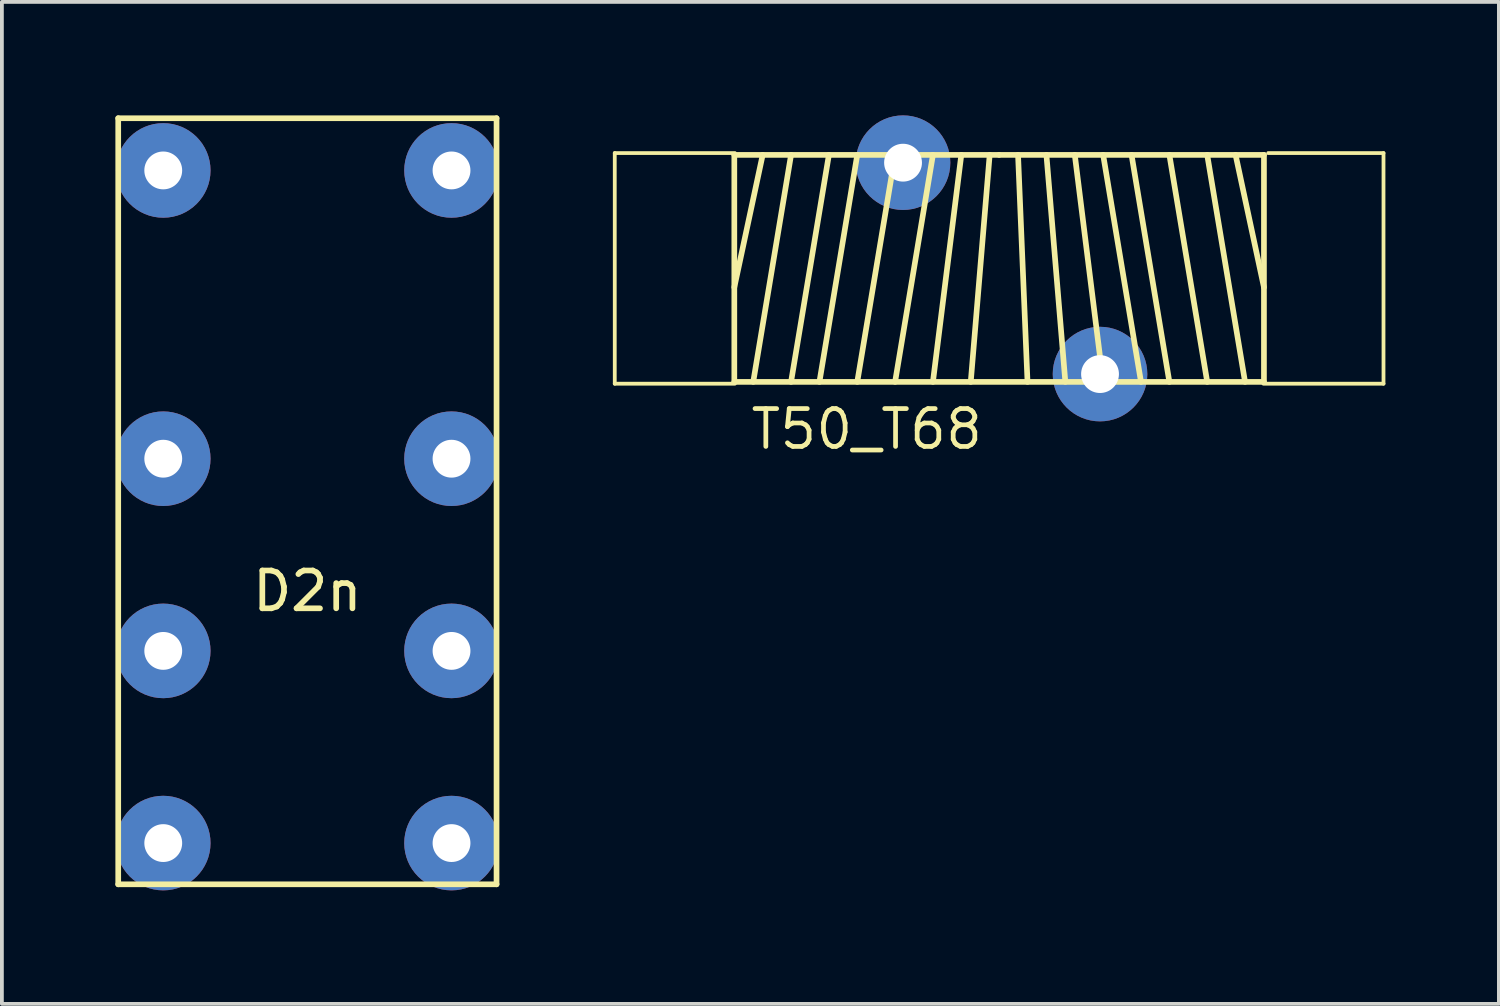
<source format=kicad_pcb>
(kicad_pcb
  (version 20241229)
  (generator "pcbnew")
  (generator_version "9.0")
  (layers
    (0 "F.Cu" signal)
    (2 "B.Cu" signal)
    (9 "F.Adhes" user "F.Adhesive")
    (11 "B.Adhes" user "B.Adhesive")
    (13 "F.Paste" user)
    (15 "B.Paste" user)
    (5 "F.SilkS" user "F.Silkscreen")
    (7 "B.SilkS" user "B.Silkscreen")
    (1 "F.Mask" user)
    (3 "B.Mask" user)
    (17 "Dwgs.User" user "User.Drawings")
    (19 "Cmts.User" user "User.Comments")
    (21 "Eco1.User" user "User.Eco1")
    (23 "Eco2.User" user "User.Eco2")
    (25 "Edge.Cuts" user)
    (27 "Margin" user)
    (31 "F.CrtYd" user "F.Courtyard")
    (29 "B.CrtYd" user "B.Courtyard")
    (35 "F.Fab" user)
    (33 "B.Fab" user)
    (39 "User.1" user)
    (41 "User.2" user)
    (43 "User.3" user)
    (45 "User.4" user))
  (footprint "D2n"
    (layer "F.Cu")
    (at 5.075 9.075)
    (property "Reference" "D2n" (at 0 3.5 0) (layer "F.SilkS") (effects (font (size 1 1) (thickness 0.15))))
    (attr smd)
    (fp_line (start -5 -9) (end 5 -9) (stroke (width 0.15) (type solid)) (layer "F.SilkS"))
    (fp_line (start -5 11.25) (end -5 -9) (stroke (width 0.15) (type solid)) (layer "F.SilkS"))
    (fp_line (start -5 11.25) (end 5 11.25) (stroke (width 0.15) (type solid)) (layer "F.SilkS"))
    (fp_line (start 5 11.25) (end 5 -9) (stroke (width 0.15) (type solid)) (layer "F.SilkS"))
    (pad "1" thru_hole circle (at -3.81 -7.62) (size 2.5 2.5) (drill 1) (layers "*.Cu" "*.Mask"))
    (pad "4" thru_hole circle (at -3.81 0) (size 2.5 2.5) (drill 1) (layers "*.Cu" "*.Mask"))
    (pad "6" thru_hole circle (at -3.81 5.08) (size 2.5 2.5) (drill 1) (layers "*.Cu" "*.Mask"))
    (pad "8" thru_hole circle (at -3.81 10.16) (size 2.5 2.5) (drill 1) (layers "*.Cu" "*.Mask"))
    (pad "9" thru_hole circle (at 3.81 10.16) (size 2.5 2.5) (drill 1) (layers "*.Cu" "*.Mask"))
    (pad "11" thru_hole circle (at 3.81 5.08) (size 2.5 2.5) (drill 1) (layers "*.Cu" "*.Mask"))
    (pad "13" thru_hole circle (at 3.81 0) (size 2.5 2.5) (drill 1) (layers "*.Cu" "*.Mask"))
    (pad "16" thru_hole circle (at 3.81 -7.62) (size 2.5 2.5) (drill 1) (layers "*.Cu" "*.Mask")))
  (footprint "T50_T68"
    (layer "F.Cu")
    (at 23.36 4.044)
    (property "Reference" "T50_T68" (at -3.5 4.25 0) (layer "F.SilkS") (effects (font (size 1 1) (thickness 0.125))))
    (attr through_hole)
    (fp_line (start -10.16 -3.048) (end -10.16 3.048) (stroke (width 0.1) (type solid)) (layer "F.SilkS"))
    (fp_line (start -10.16 -3.048) (end -6.985 -3.048) (stroke (width 0.1) (type solid)) (layer "F.SilkS"))
    (fp_line (start -10.16 3.048) (end -6.985 3.048) (stroke (width 0.1) (type solid)) (layer "F.SilkS"))
    (fp_line (start -7 -3) (end 0 -3) (stroke (width 0.15) (type solid)) (layer "F.SilkS"))
    (fp_line (start -7 3) (end -7 -3) (stroke (width 0.15) (type solid)) (layer "F.SilkS"))
    (fp_line (start -6.25 -3) (end -7 0.5) (stroke (width 0.15) (type solid)) (layer "F.SilkS"))
    (fp_line (start -5.5 -3) (end -6.5 3) (stroke (width 0.15) (type solid)) (layer "F.SilkS"))
    (fp_line (start -4.5 -3) (end -5.5 3) (stroke (width 0.15) (type solid)) (layer "F.SilkS"))
    (fp_line (start -3.75 -3) (end -4.75 3) (stroke (width 0.15) (type solid)) (layer "F.SilkS"))
    (fp_line (start -2.75 -3) (end -3.75 3) (stroke (width 0.15) (type solid)) (layer "F.SilkS"))
    (fp_line (start -1.75 -3) (end -2.75 3) (stroke (width 0.15) (type solid)) (layer "F.SilkS"))
    (fp_line (start -1 -3) (end -1.75 3) (stroke (width 0.15) (type solid)) (layer "F.SilkS"))
    (fp_line (start -0.25 -3) (end -0.75 3) (stroke (width 0.15) (type solid)) (layer "F.SilkS"))
    (fp_line (start 0 -3) (end 7 -3) (stroke (width 0.15) (type solid)) (layer "F.SilkS"))
    (fp_line (start 0.5 -3) (end 0.75 3) (stroke (width 0.15) (type solid)) (layer "F.SilkS"))
    (fp_line (start 1.25 -3) (end 1.75 3) (stroke (width 0.15) (type solid)) (layer "F.SilkS"))
    (fp_line (start 2 -3) (end 2.75 3) (stroke (width 0.15) (type solid)) (layer "F.SilkS"))
    (fp_line (start 2.75 -3) (end 3.75 3) (stroke (width 0.15) (type solid)) (layer "F.SilkS"))
    (fp_line (start 3.5 -3) (end 4.5 3) (stroke (width 0.15) (type solid)) (layer "F.SilkS"))
    (fp_line (start 4.5 -3) (end 5.5 3) (stroke (width 0.15) (type solid)) (layer "F.SilkS"))
    (fp_line (start 5.5 -3) (end 6.5 3) (stroke (width 0.15) (type solid)) (layer "F.SilkS"))
    (fp_line (start 6.25 -3) (end 7 0.5) (stroke (width 0.15) (type solid)) (layer "F.SilkS"))
    (fp_line (start 7 -3) (end 7 3) (stroke (width 0.15) (type solid)) (layer "F.SilkS"))
    (fp_line (start 7 3) (end -7 3) (stroke (width 0.15) (type solid)) (layer "F.SilkS"))
    (fp_line (start 10.16 -3.048) (end 7.112 -3.048) (stroke (width 0.1) (type solid)) (layer "F.SilkS"))
    (fp_line (start 10.16 -3.048) (end 10.16 3.048) (stroke (width 0.1) (type solid)) (layer "F.SilkS"))
    (fp_line (start 10.16 3.048) (end 6.985 3.048) (stroke (width 0.1) (type solid)) (layer "F.SilkS"))
    (fp_line (start -7.25 -3.25) (end 7.25 -3.25) (stroke (width 0.07) (type solid)) (layer "Eco2.User"))
    (fp_line (start -7.25 3.25) (end -7.25 -3.25) (stroke (width 0.07) (type solid)) (layer "Eco2.User"))
    (fp_line (start 7.25 -3.25) (end 7.25 3.25) (stroke (width 0.07) (type solid)) (layer "Eco2.User"))
    (fp_line (start 7.25 3.25) (end -7.25 3.25) (stroke (width 0.07) (type solid)) (layer "Eco2.User"))
    (pad "1" thru_hole circle (at -2.54 -2.794) (size 2.5 2.5) (drill 1) (layers "*.Mask" "B.Cu"))
    (pad "2" thru_hole circle (at 2.667 2.794) (size 2.5 2.5) (drill 1) (layers "*.Cu" "*.Mask")))
  (gr_rect
    (start -3 -3)
    (end 36.57 23.485)
    (stroke (width 0.1) (type default))
    (fill no)
    (layer "Edge.Cuts")))
</source>
